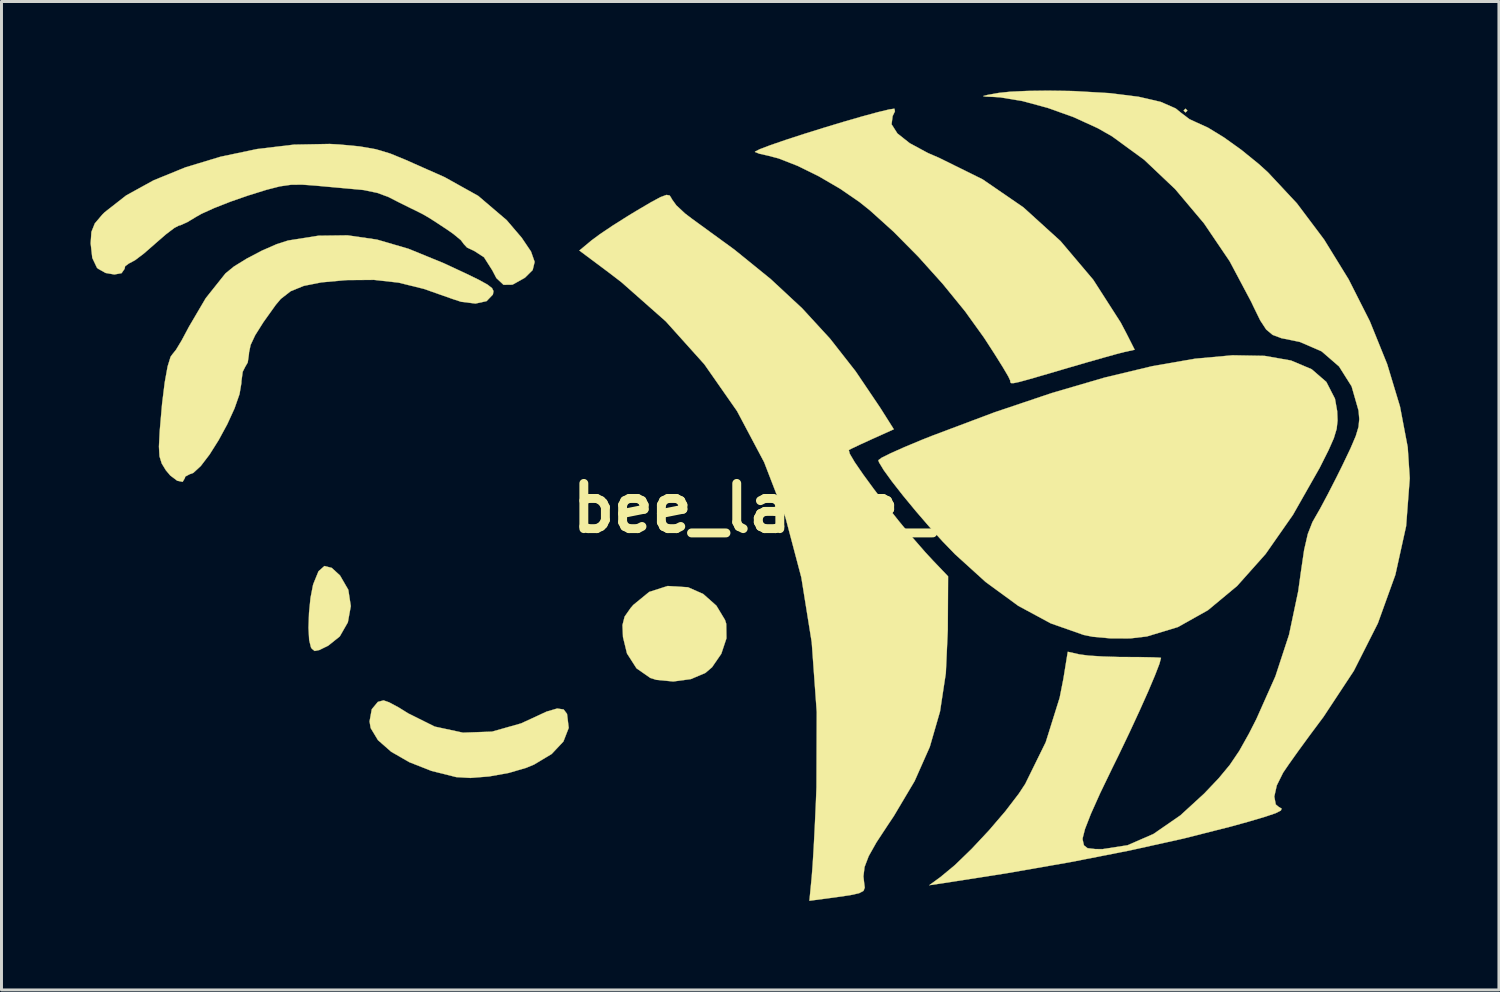
<source format=kicad_pcb>
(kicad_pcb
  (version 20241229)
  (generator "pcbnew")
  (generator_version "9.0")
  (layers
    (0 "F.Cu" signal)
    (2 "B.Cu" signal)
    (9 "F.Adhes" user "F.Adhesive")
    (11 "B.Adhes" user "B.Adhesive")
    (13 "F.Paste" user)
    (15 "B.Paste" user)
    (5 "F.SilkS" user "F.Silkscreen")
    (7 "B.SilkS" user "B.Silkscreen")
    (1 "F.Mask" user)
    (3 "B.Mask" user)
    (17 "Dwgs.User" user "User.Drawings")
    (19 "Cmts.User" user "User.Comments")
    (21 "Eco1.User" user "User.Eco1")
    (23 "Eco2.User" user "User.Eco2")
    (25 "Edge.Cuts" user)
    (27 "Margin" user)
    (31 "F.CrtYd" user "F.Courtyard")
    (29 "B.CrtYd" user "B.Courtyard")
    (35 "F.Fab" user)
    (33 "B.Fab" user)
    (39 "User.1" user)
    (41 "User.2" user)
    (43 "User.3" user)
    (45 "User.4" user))
  (footprint "bee_large_v1"
    (layer "F.Cu")
    (at 23.627 14.074)
    (property "Reference" "bee_large_v1" (at 0 0 0) (layer "F.SilkS") (effects (font (size 1.524 1.524) (thickness 0.3))))
    (attr through_hole)
    (fp_poly (pts (xy 13.335 -13.399) (xy 13.271 -13.335) (xy 13.208 -13.399) (xy 13.271 -13.462) (xy 13.335 -13.399)) (stroke (width 0.01) (type solid)) (fill yes) (layer "F.SilkS"))
    (fp_poly (pts (xy -15.498 2.012) (xy -15.22 2.267) (xy -14.94 2.75) (xy -14.856 3.3) (xy -14.955 3.846) (xy -15.227 4.321) (xy -15.617 4.633) (xy -15.917 4.78) (xy -16.074 4.812) (xy -16.167 4.738) (xy -16.198 4.691) (xy -16.259 4.445) (xy -16.281 4.031) (xy -16.264 3.531) (xy -16.214 3.027) (xy -16.132 2.601) (xy -16.118 2.552) (xy -15.945 2.127) (xy -15.745 1.949) (xy -15.498 2.012)) (stroke (width 0.01) (type solid)) (fill yes) (layer "F.SilkS"))
    (fp_poly (pts (xy -3.493 2.665) (xy -2.98 2.892) (xy -2.537 3.285) (xy -2.246 3.767) (xy -2.205 3.896) (xy -2.198 4.386) (xy -2.371 4.906) (xy -2.683 5.36) (xy -2.908 5.552) (xy -3.396 5.759) (xy -3.988 5.84) (xy -4.561 5.785) (xy -4.763 5.721) (xy -5.228 5.397) (xy -5.549 4.896) (xy -5.684 4.343) (xy -5.701 3.938) (xy -5.629 3.654) (xy -5.425 3.363) (xy -5.337 3.261) (xy -4.802 2.823) (xy -4.181 2.623) (xy -3.493 2.665)) (stroke (width 0.01) (type solid)) (fill yes) (layer "F.SilkS"))
    (fp_poly (pts (xy -13.564 6.543) (xy -13.243 6.715) (xy -12.92 6.916) (xy -12.028 7.36) (xy -11.076 7.565) (xy -10.096 7.53) (xy -9.119 7.253) (xy -8.786 7.1) (xy -8.258 6.855) (xy -7.902 6.751) (xy -7.683 6.783) (xy -7.57 6.932) (xy -7.513 7.404) (xy -7.691 7.862) (xy -8.086 8.282) (xy -8.678 8.638) (xy -8.948 8.75) (xy -9.537 8.922) (xy -10.196 9.04) (xy -10.824 9.09) (xy -11.303 9.062) (xy -12.141 8.852) (xy -12.883 8.56) (xy -13.495 8.208) (xy -13.94 7.817) (xy -14.186 7.41) (xy -14.224 7.186) (xy -14.149 6.775) (xy -13.944 6.528) (xy -13.752 6.477) (xy -13.564 6.543)) (stroke (width 0.01) (type solid)) (fill yes) (layer "F.SilkS"))
    (fp_poly (pts (xy 15.936 -5.132) (xy 16.826 -4.976) (xy 17.521 -4.683) (xy 18.017 -4.254) (xy 18.308 -3.688) (xy 18.382 -3.271) (xy 18.395 -2.953) (xy 18.364 -2.67) (xy 18.27 -2.359) (xy 18.093 -1.958) (xy 17.814 -1.403) (xy 17.785 -1.347) (xy 16.892 0.225) (xy 15.968 1.547) (xy 15.013 2.618) (xy 14.029 3.437) (xy 13.015 4.006) (xy 11.972 4.322) (xy 11.421 4.387) (xy 10.764 4.389) (xy 10.146 4.333) (xy 9.842 4.272) (xy 8.729 3.881) (xy 7.636 3.291) (xy 6.536 2.487) (xy 5.504 1.551) (xy 5.091 1.125) (xy 4.64 0.628) (xy 4.183 0.098) (xy 3.753 -0.423) (xy 3.381 -0.898) (xy 3.101 -1.285) (xy 2.943 -1.546) (xy 2.921 -1.618) (xy 3.033 -1.7) (xy 3.342 -1.853) (xy 3.806 -2.06) (xy 4.386 -2.302) (xy 4.731 -2.439) (xy 6.827 -3.227) (xy 8.768 -3.881) (xy 10.546 -4.401) (xy 12.158 -4.787) (xy 13.597 -5.037) (xy 14.858 -5.152) (xy 15.936 -5.132)) (stroke (width 0.01) (type solid)) (fill yes) (layer "F.SilkS"))
    (fp_poly (pts (xy 3.48 -13.373) (xy 3.402 -13.212) (xy 3.366 -12.937) (xy 3.562 -12.628) (xy 3.976 -12.3) (xy 4.59 -11.968) (xy 4.968 -11.805) (xy 6.435 -11.08) (xy 7.808 -10.137) (xy 9.06 -9) (xy 10.163 -7.696) (xy 11.089 -6.253) (xy 11.287 -5.876) (xy 11.559 -5.339) (xy 11.209 -5.262) (xy 10.96 -5.198) (xy 10.524 -5.077) (xy 9.958 -4.916) (xy 9.32 -4.73) (xy 9.174 -4.687) (xy 8.476 -4.482) (xy 7.985 -4.34) (xy 7.666 -4.253) (xy 7.481 -4.214) (xy 7.393 -4.215) (xy 7.367 -4.248) (xy 7.366 -4.298) (xy 7.3 -4.439) (xy 7.118 -4.748) (xy 6.848 -5.18) (xy 6.517 -5.692) (xy 6.469 -5.764) (xy 5.844 -6.633) (xy 5.092 -7.556) (xy 4.269 -8.472) (xy 3.431 -9.319) (xy 2.636 -10.036) (xy 2.286 -10.316) (xy 1.632 -10.765) (xy 0.912 -11.185) (xy 0.196 -11.537) (xy -0.444 -11.787) (xy -0.8 -11.88) (xy -1.094 -11.946) (xy -1.235 -12.003) (xy -1.236 -12.014) (xy -1.069 -12.099) (xy -0.705 -12.236) (xy -0.193 -12.412) (xy 0.418 -12.611) (xy 1.081 -12.818) (xy 1.747 -13.019) (xy 2.369 -13.199) (xy 2.896 -13.342) (xy 3.282 -13.435) (xy 3.462 -13.462) (xy 3.48 -13.373)) (stroke (width 0.01) (type solid)) (fill yes) (layer "F.SilkS"))
    (fp_poly (pts (xy -13.972 -9.05) (xy -12.913 -8.741) (xy -11.734 -8.259) (xy -11.62 -8.207) (xy -10.975 -7.906) (xy -10.528 -7.688) (xy -10.246 -7.531) (xy -10.097 -7.415) (xy -10.048 -7.316) (xy -10.065 -7.213) (xy -10.071 -7.195) (xy -10.281 -6.977) (xy -10.654 -6.895) (xy -11.139 -6.955) (xy -11.42 -7.047) (xy -12.391 -7.389) (xy -13.245 -7.6) (xy -14.074 -7.693) (xy -14.966 -7.686) (xy -15.047 -7.682) (xy -15.846 -7.609) (xy -16.441 -7.491) (xy -16.882 -7.311) (xy -17.215 -7.052) (xy -17.383 -6.853) (xy -17.803 -6.265) (xy -18.079 -5.827) (xy -18.233 -5.498) (xy -18.287 -5.236) (xy -18.288 -5.197) (xy -18.329 -4.91) (xy -18.415 -4.763) (xy -18.499 -4.595) (xy -18.541 -4.283) (xy -18.543 -4.215) (xy -18.606 -3.843) (xy -18.774 -3.363) (xy -19.018 -2.83) (xy -19.309 -2.294) (xy -19.616 -1.807) (xy -19.911 -1.421) (xy -20.164 -1.188) (xy -20.288 -1.143) (xy -20.436 -1.063) (xy -20.447 -1.016) (xy -20.522 -0.888) (xy -20.706 -0.925) (xy -20.94 -1.102) (xy -21.087 -1.276) (xy -21.227 -1.506) (xy -21.302 -1.747) (xy -21.321 -2.076) (xy -21.296 -2.571) (xy -21.291 -2.642) (xy -21.215 -3.518) (xy -21.126 -4.239) (xy -21.029 -4.775) (xy -20.929 -5.101) (xy -20.868 -5.185) (xy -20.748 -5.334) (xy -20.558 -5.648) (xy -20.338 -6.06) (xy -20.32 -6.096) (xy -19.744 -7.076) (xy -19.078 -7.912) (xy -18.795 -8.143) (xy -18.357 -8.413) (xy -17.847 -8.68) (xy -17.349 -8.898) (xy -16.97 -9.019) (xy -15.947 -9.181) (xy -14.966 -9.194) (xy -13.972 -9.05)) (stroke (width 0.01) (type solid)) (fill yes) (layer "F.SilkS"))
    (fp_poly (pts (xy -4.111 -10.537) (xy -4.05 -10.442) (xy -4.04 -10.417) (xy -3.887 -10.204) (xy -3.593 -9.93) (xy -3.353 -9.748) (xy -1.931 -8.713) (xy -0.709 -7.722) (xy 0.353 -6.735) (xy 1.294 -5.711) (xy 2.156 -4.611) (xy 2.977 -3.394) (xy 2.978 -3.393) (xy 3.442 -2.659) (xy 2.705 -2.327) (xy 2.318 -2.15) (xy 2.035 -2.016) (xy 1.925 -1.959) (xy 1.958 -1.832) (xy 2.127 -1.546) (xy 2.407 -1.139) (xy 2.769 -0.644) (xy 3.187 -0.099) (xy 3.633 0.461) (xy 4.081 1.001) (xy 4.503 1.485) (xy 4.75 1.752) (xy 5.271 2.297) (xy 5.261 4.101) (xy 5.195 5.559) (xy 4.999 6.851) (xy 4.655 8.042) (xy 4.143 9.196) (xy 3.442 10.376) (xy 3.258 10.651) (xy 2.856 11.262) (xy 2.595 11.726) (xy 2.456 12.091) (xy 2.418 12.407) (xy 2.443 12.633) (xy 2.463 12.789) (xy 2.42 12.896) (xy 2.273 12.974) (xy 1.979 13.039) (xy 1.494 13.11) (xy 1.22 13.147) (xy 0.598 13.229) (xy 0.676 12.425) (xy 0.707 12.024) (xy 0.743 11.431) (xy 0.78 10.711) (xy 0.816 9.924) (xy 0.836 9.398) (xy 0.845 6.869) (xy 0.676 4.518) (xy 0.326 2.335) (xy -0.208 0.315) (xy -0.928 -1.551) (xy -1.839 -3.269) (xy -2.942 -4.848) (xy -4.241 -6.294) (xy -5.738 -7.616) (xy -6.149 -7.931) (xy -7.154 -8.682) (xy -6.751 -9.018) (xy -6.465 -9.23) (xy -6.031 -9.522) (xy -5.52 -9.845) (xy -5.242 -10.014) (xy -4.741 -10.309) (xy -4.414 -10.485) (xy -4.218 -10.556) (xy -4.111 -10.537)) (stroke (width 0.01) (type solid)) (fill yes) (layer "F.SilkS"))
    (fp_poly (pts (xy -15.24 -12.255) (xy -14.549 -12.189) (xy -14.011 -12.095) (xy -13.525 -11.949) (xy -13.018 -11.741) (xy -12.717 -11.607) (xy -12.273 -11.41) (xy -11.772 -11.189) (xy -11.69 -11.152) (xy -10.564 -10.524) (xy -9.604 -9.706) (xy -9.096 -9.111) (xy -8.783 -8.647) (xy -8.661 -8.299) (xy -8.728 -8.024) (xy -8.98 -7.774) (xy -9.005 -7.756) (xy -9.408 -7.531) (xy -9.71 -7.527) (xy -9.951 -7.754) (xy -10.086 -8.013) (xy -10.367 -8.455) (xy -10.682 -8.66) (xy -10.94 -8.783) (xy -11.049 -8.9) (xy -11.049 -8.901) (xy -11.146 -9.031) (xy -11.394 -9.236) (xy -11.576 -9.365) (xy -11.972 -9.627) (xy -12.234 -9.794) (xy -12.439 -9.912) (xy -12.664 -10.025) (xy -12.795 -10.088) (xy -13.204 -10.29) (xy -13.583 -10.484) (xy -13.96 -10.624) (xy -14.414 -10.719) (xy -14.504 -10.729) (xy -14.909 -10.766) (xy -15.451 -10.815) (xy -16.014 -10.866) (xy -16.028 -10.868) (xy -16.494 -10.902) (xy -16.873 -10.898) (xy -17.247 -10.844) (xy -17.696 -10.729) (xy -18.303 -10.54) (xy -18.314 -10.537) (xy -18.906 -10.331) (xy -19.454 -10.116) (xy -19.883 -9.922) (xy -20.064 -9.82) (xy -20.372 -9.635) (xy -20.604 -9.532) (xy -20.645 -9.525) (xy -20.801 -9.444) (xy -21.082 -9.231) (xy -21.431 -8.929) (xy -21.473 -8.891) (xy -21.829 -8.581) (xy -22.128 -8.355) (xy -22.31 -8.257) (xy -22.32 -8.256) (xy -22.461 -8.153) (xy -22.479 -8.065) (xy -22.58 -7.919) (xy -22.823 -7.875) (xy -23.118 -7.926) (xy -23.376 -8.071) (xy -23.412 -8.106) (xy -23.567 -8.433) (xy -23.622 -8.926) (xy -23.596 -9.311) (xy -23.482 -9.595) (xy -23.23 -9.892) (xy -23.147 -9.974) (xy -22.426 -10.538) (xy -21.504 -11.046) (xy -20.428 -11.485) (xy -19.248 -11.842) (xy -18.013 -12.102) (xy -16.77 -12.25) (xy -15.569 -12.273) (xy -15.24 -12.255)) (stroke (width 0.01) (type solid)) (fill yes) (layer "F.SilkS"))
    (fp_poly (pts (xy 9.354 -14.059) (xy 9.525 -14.054) (xy 10.719 -13.985) (xy 11.692 -13.863) (xy 12.435 -13.691) (xy 12.94 -13.47) (xy 13.108 -13.333) (xy 13.403 -13.109) (xy 13.616 -13.01) (xy 14.031 -12.821) (xy 14.564 -12.495) (xy 15.152 -12.074) (xy 15.735 -11.601) (xy 16.045 -11.321) (xy 17.028 -10.268) (xy 17.943 -9.05) (xy 18.768 -7.711) (xy 19.483 -6.298) (xy 20.067 -4.854) (xy 20.499 -3.425) (xy 20.759 -2.056) (xy 20.828 -1.008) (xy 20.705 0.606) (xy 20.343 2.244) (xy 19.753 3.879) (xy 18.943 5.482) (xy 17.923 7.029) (xy 17.861 7.112) (xy 17.453 7.66) (xy 17.073 8.18) (xy 16.763 8.616) (xy 16.563 8.909) (xy 16.557 8.919) (xy 16.347 9.342) (xy 16.263 9.718) (xy 16.313 9.984) (xy 16.415 10.069) (xy 16.511 10.124) (xy 16.485 10.189) (xy 16.311 10.277) (xy 15.963 10.395) (xy 15.416 10.557) (xy 14.8 10.728) (xy 13.202 11.133) (xy 11.384 11.536) (xy 9.38 11.929) (xy 7.226 12.305) (xy 5.08 12.64) (xy 4.636 12.706) (xy 5.016 12.429) (xy 5.5 12.028) (xy 6.065 11.481) (xy 6.652 10.854) (xy 7.202 10.212) (xy 7.655 9.62) (xy 7.87 9.293) (xy 8.561 7.888) (xy 9.031 6.387) (xy 9.156 5.753) (xy 9.304 4.839) (xy 9.7 4.928) (xy 10.006 4.968) (xy 10.481 4.998) (xy 11.042 5.015) (xy 11.271 5.016) (xy 11.782 5.019) (xy 12.181 5.027) (xy 12.411 5.038) (xy 12.446 5.045) (xy 12.392 5.246) (xy 12.242 5.635) (xy 12.014 6.174) (xy 11.723 6.825) (xy 11.388 7.549) (xy 11.025 8.308) (xy 10.804 8.757) (xy 10.391 9.613) (xy 10.082 10.303) (xy 9.884 10.812) (xy 9.805 11.121) (xy 9.805 11.17) (xy 9.849 11.362) (xy 9.97 11.457) (xy 10.237 11.488) (xy 10.477 11.489) (xy 11.317 11.359) (xy 12.192 10.978) (xy 13.1 10.351) (xy 13.903 9.615) (xy 14.388 9.104) (xy 14.764 8.651) (xy 15.085 8.176) (xy 15.408 7.6) (xy 15.657 7.112) (xy 16.3 5.668) (xy 16.761 4.263) (xy 17.07 2.797) (xy 17.161 2.141) (xy 17.269 1.406) (xy 17.393 0.868) (xy 17.549 0.469) (xy 17.626 0.333) (xy 17.81 0.012) (xy 18.065 -0.466) (xy 18.353 -1.028) (xy 18.558 -1.441) (xy 18.834 -2.02) (xy 19.01 -2.433) (xy 19.102 -2.74) (xy 19.127 -3.001) (xy 19.104 -3.275) (xy 19.1 -3.298) (xy 18.869 -4.104) (xy 18.445 -4.776) (xy 17.858 -5.284) (xy 17.134 -5.598) (xy 16.919 -5.645) (xy 16.501 -5.729) (xy 16.209 -5.838) (xy 15.99 -6.021) (xy 15.79 -6.326) (xy 15.556 -6.804) (xy 15.488 -6.949) (xy 14.761 -8.318) (xy 13.895 -9.597) (xy 12.923 -10.751) (xy 11.878 -11.741) (xy 10.794 -12.532) (xy 10.31 -12.807) (xy 9.503 -13.176) (xy 8.631 -13.488) (xy 7.777 -13.719) (xy 7.025 -13.844) (xy 6.806 -13.858) (xy 6.527 -13.869) (xy 6.452 -13.887) (xy 6.598 -13.925) (xy 6.979 -13.993) (xy 6.985 -13.994) (xy 7.372 -14.034) (xy 7.943 -14.06) (xy 8.627 -14.069) (xy 9.354 -14.059)) (stroke (width 0.01) (type solid)) (fill yes) (layer "F.SilkS")))
  (gr_rect
    (start -3 -3)
    (end 47.46 30.308)
    (stroke (width 0.1) (type default))
    (fill no)
    (layer "Edge.Cuts")))
</source>
